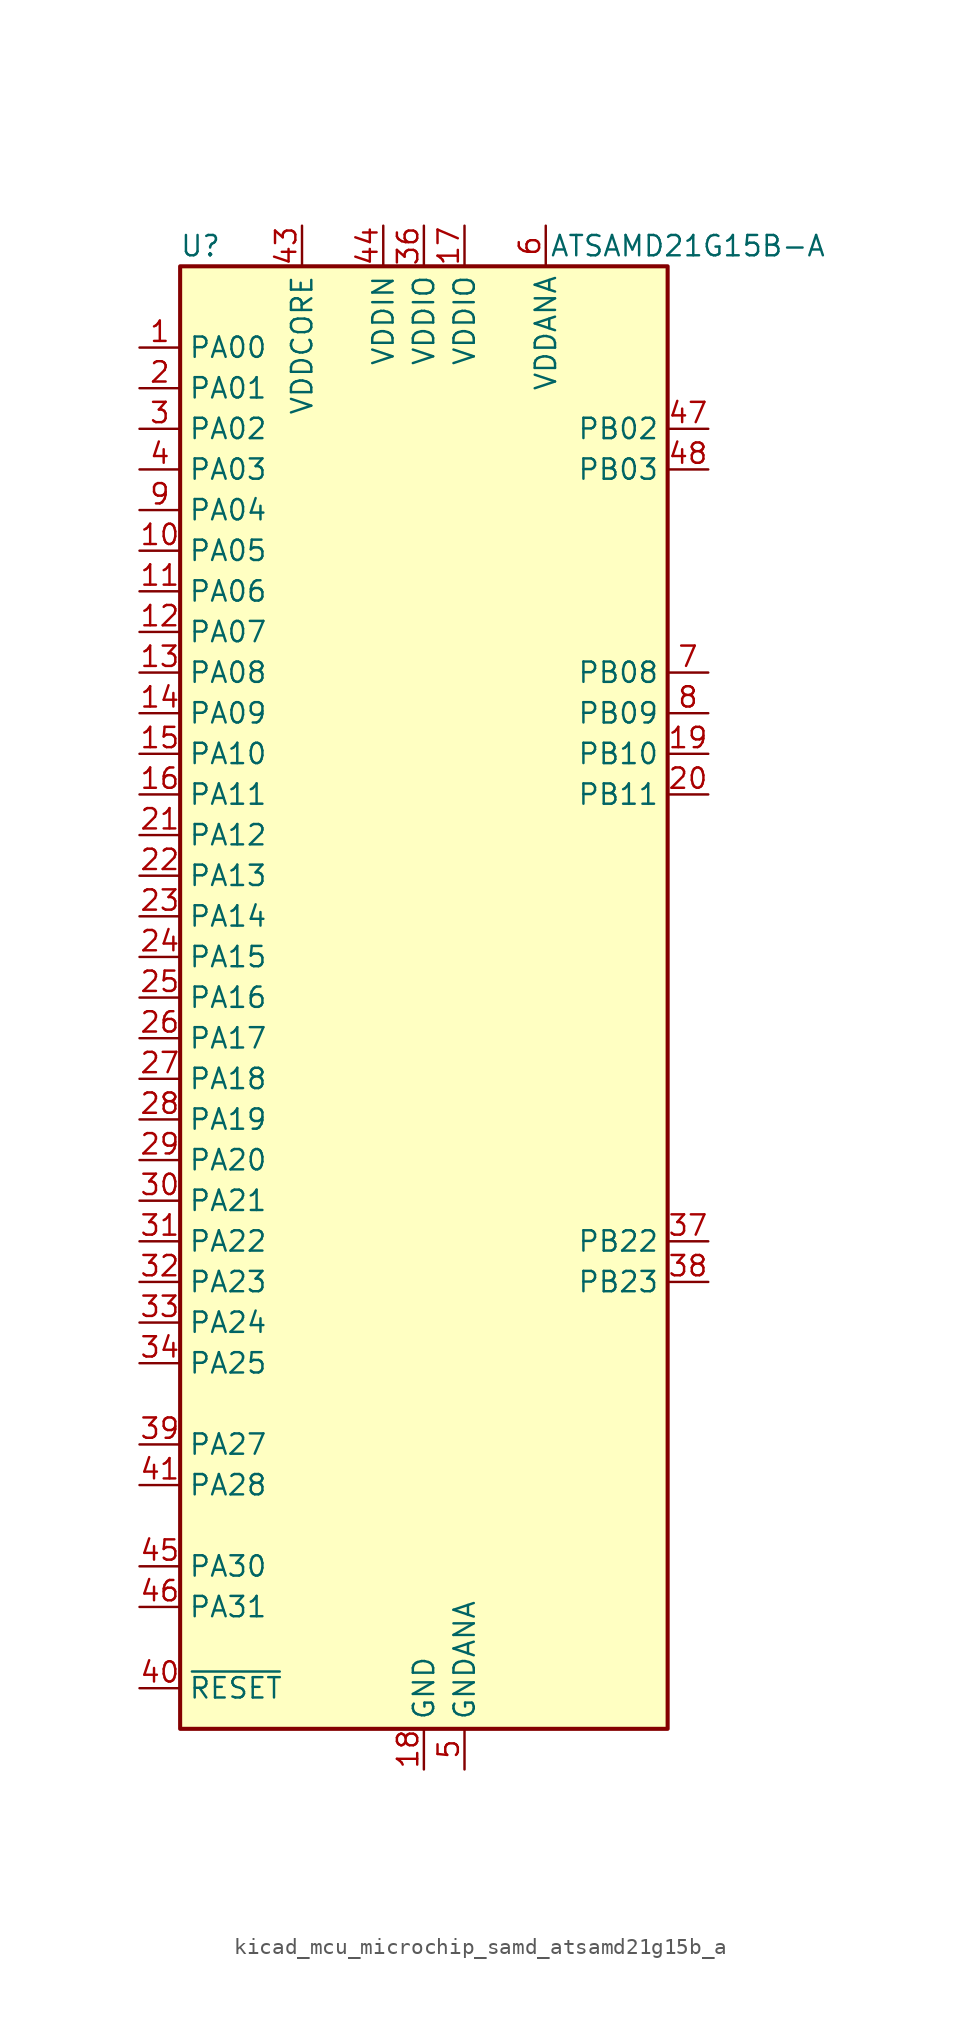
<source format=kicad_sym>
(kicad_symbol_lib
  (version 20220914)
  (generator kicad_symbol_editor)
  (symbol "kicad_mcu_microchip_samd_atsamd21g15b_a"
    (property "Reference" "U"
      (at -13.97 46.99 0)
      (effects (font (size 1.27 1.27))))
    (property "Value" "ATSAMD21G15B-A"
      (at 16.51 46.99 0)
      (effects (font (size 1.27 1.27))))
    (symbol "kicad_mcu_microchip_samd_atsamd21g15b_a_0_1"
      (rectangle (start -15.24 45.72) (end 15.24 -45.72) (stroke (width 0.254) (type default)) (fill (type background))))
    (symbol "kicad_mcu_microchip_samd_atsamd21g15b_a_1_1"
      (pin bidirectional line (at -17.78 40.64 0) (length 2.54) (name "PA00" (effects (font (size 1.27 1.27)))) (number "1" (effects (font (size 1.27 1.27)))))
      (pin bidirectional line (at -17.78 27.94 0) (length 2.54) (name "PA05" (effects (font (size 1.27 1.27)))) (number "10" (effects (font (size 1.27 1.27)))))
      (pin bidirectional line (at -17.78 25.4 0) (length 2.54) (name "PA06" (effects (font (size 1.27 1.27)))) (number "11" (effects (font (size 1.27 1.27)))))
      (pin bidirectional line (at -17.78 22.86 0) (length 2.54) (name "PA07" (effects (font (size 1.27 1.27)))) (number "12" (effects (font (size 1.27 1.27)))))
      (pin bidirectional line (at -17.78 20.32 0) (length 2.54) (name "PA08" (effects (font (size 1.27 1.27)))) (number "13" (effects (font (size 1.27 1.27)))))
      (pin bidirectional line (at -17.78 17.78 0) (length 2.54) (name "PA09" (effects (font (size 1.27 1.27)))) (number "14" (effects (font (size 1.27 1.27)))))
      (pin bidirectional line (at -17.78 15.24 0) (length 2.54) (name "PA10" (effects (font (size 1.27 1.27)))) (number "15" (effects (font (size 1.27 1.27)))))
      (pin bidirectional line (at -17.78 12.7 0) (length 2.54) (name "PA11" (effects (font (size 1.27 1.27)))) (number "16" (effects (font (size 1.27 1.27)))))
      (pin power_in line (at 2.54 48.26 270) (length 2.54) (name "VDDIO" (effects (font (size 1.27 1.27)))) (number "17" (effects (font (size 1.27 1.27)))))
      (pin power_in line (at 0 -48.26 90) (length 2.54) (name "GND" (effects (font (size 1.27 1.27)))) (number "18" (effects (font (size 1.27 1.27)))))
      (pin bidirectional line (at 17.78 15.24 180) (length 2.54) (name "PB10" (effects (font (size 1.27 1.27)))) (number "19" (effects (font (size 1.27 1.27)))))
      (pin bidirectional line (at -17.78 38.1 0) (length 2.54) (name "PA01" (effects (font (size 1.27 1.27)))) (number "2" (effects (font (size 1.27 1.27)))))
      (pin bidirectional line (at 17.78 12.7 180) (length 2.54) (name "PB11" (effects (font (size 1.27 1.27)))) (number "20" (effects (font (size 1.27 1.27)))))
      (pin bidirectional line (at -17.78 10.16 0) (length 2.54) (name "PA12" (effects (font (size 1.27 1.27)))) (number "21" (effects (font (size 1.27 1.27)))))
      (pin bidirectional line (at -17.78 7.62 0) (length 2.54) (name "PA13" (effects (font (size 1.27 1.27)))) (number "22" (effects (font (size 1.27 1.27)))))
      (pin bidirectional line (at -17.78 5.08 0) (length 2.54) (name "PA14" (effects (font (size 1.27 1.27)))) (number "23" (effects (font (size 1.27 1.27)))))
      (pin bidirectional line (at -17.78 2.54 0) (length 2.54) (name "PA15" (effects (font (size 1.27 1.27)))) (number "24" (effects (font (size 1.27 1.27)))))
      (pin bidirectional line (at -17.78 0 0) (length 2.54) (name "PA16" (effects (font (size 1.27 1.27)))) (number "25" (effects (font (size 1.27 1.27)))))
      (pin bidirectional line (at -17.78 -2.54 0) (length 2.54) (name "PA17" (effects (font (size 1.27 1.27)))) (number "26" (effects (font (size 1.27 1.27)))))
      (pin bidirectional line (at -17.78 -5.08 0) (length 2.54) (name "PA18" (effects (font (size 1.27 1.27)))) (number "27" (effects (font (size 1.27 1.27)))))
      (pin bidirectional line (at -17.78 -7.62 0) (length 2.54) (name "PA19" (effects (font (size 1.27 1.27)))) (number "28" (effects (font (size 1.27 1.27)))))
      (pin bidirectional line (at -17.78 -10.16 0) (length 2.54) (name "PA20" (effects (font (size 1.27 1.27)))) (number "29" (effects (font (size 1.27 1.27)))))
      (pin bidirectional line (at -17.78 35.56 0) (length 2.54) (name "PA02" (effects (font (size 1.27 1.27)))) (number "3" (effects (font (size 1.27 1.27)))))
      (pin bidirectional line (at -17.78 -12.7 0) (length 2.54) (name "PA21" (effects (font (size 1.27 1.27)))) (number "30" (effects (font (size 1.27 1.27)))))
      (pin bidirectional line (at -17.78 -15.24 0) (length 2.54) (name "PA22" (effects (font (size 1.27 1.27)))) (number "31" (effects (font (size 1.27 1.27)))))
      (pin bidirectional line (at -17.78 -17.78 0) (length 2.54) (name "PA23" (effects (font (size 1.27 1.27)))) (number "32" (effects (font (size 1.27 1.27)))))
      (pin bidirectional line (at -17.78 -20.32 0) (length 2.54) (name "PA24" (effects (font (size 1.27 1.27)))) (number "33" (effects (font (size 1.27 1.27)))))
      (pin bidirectional line (at -17.78 -22.86 0) (length 2.54) (name "PA25" (effects (font (size 1.27 1.27)))) (number "34" (effects (font (size 1.27 1.27)))))
      (pin passive line (at 0 -48.26 90) (length 2.54) hide (name "GND" (effects (font (size 1.27 1.27)))) (number "35" (effects (font (size 1.27 1.27)))))
      (pin power_in line (at 0 48.26 270) (length 2.54) (name "VDDIO" (effects (font (size 1.27 1.27)))) (number "36" (effects (font (size 1.27 1.27)))))
      (pin bidirectional line (at 17.78 -15.24 180) (length 2.54) (name "PB22" (effects (font (size 1.27 1.27)))) (number "37" (effects (font (size 1.27 1.27)))))
      (pin bidirectional line (at 17.78 -17.78 180) (length 2.54) (name "PB23" (effects (font (size 1.27 1.27)))) (number "38" (effects (font (size 1.27 1.27)))))
      (pin bidirectional line (at -17.78 -27.94 0) (length 2.54) (name "PA27" (effects (font (size 1.27 1.27)))) (number "39" (effects (font (size 1.27 1.27)))))
      (pin bidirectional line (at -17.78 33.02 0) (length 2.54) (name "PA03" (effects (font (size 1.27 1.27)))) (number "4" (effects (font (size 1.27 1.27)))))
      (pin input line (at -17.78 -43.18 0) (length 2.54) (name "~{RESET}" (effects (font (size 1.27 1.27)))) (number "40" (effects (font (size 1.27 1.27)))))
      (pin bidirectional line (at -17.78 -30.48 0) (length 2.54) (name "PA28" (effects (font (size 1.27 1.27)))) (number "41" (effects (font (size 1.27 1.27)))))
      (pin passive line (at 0 -48.26 90) (length 2.54) hide (name "GND" (effects (font (size 1.27 1.27)))) (number "42" (effects (font (size 1.27 1.27)))))
      (pin power_out line (at -7.62 48.26 270) (length 2.54) (name "VDDCORE" (effects (font (size 1.27 1.27)))) (number "43" (effects (font (size 1.27 1.27)))))
      (pin power_in line (at -2.54 48.26 270) (length 2.54) (name "VDDIN" (effects (font (size 1.27 1.27)))) (number "44" (effects (font (size 1.27 1.27)))))
      (pin bidirectional line (at -17.78 -35.56 0) (length 2.54) (name "PA30" (effects (font (size 1.27 1.27)))) (number "45" (effects (font (size 1.27 1.27)))))
      (pin bidirectional line (at -17.78 -38.1 0) (length 2.54) (name "PA31" (effects (font (size 1.27 1.27)))) (number "46" (effects (font (size 1.27 1.27)))))
      (pin bidirectional line (at 17.78 35.56 180) (length 2.54) (name "PB02" (effects (font (size 1.27 1.27)))) (number "47" (effects (font (size 1.27 1.27)))))
      (pin bidirectional line (at 17.78 33.02 180) (length 2.54) (name "PB03" (effects (font (size 1.27 1.27)))) (number "48" (effects (font (size 1.27 1.27)))))
      (pin power_in line (at 2.54 -48.26 90) (length 2.54) (name "GNDANA" (effects (font (size 1.27 1.27)))) (number "5" (effects (font (size 1.27 1.27)))))
      (pin power_in line (at 7.62 48.26 270) (length 2.54) (name "VDDANA" (effects (font (size 1.27 1.27)))) (number "6" (effects (font (size 1.27 1.27)))))
      (pin bidirectional line (at 17.78 20.32 180) (length 2.54) (name "PB08" (effects (font (size 1.27 1.27)))) (number "7" (effects (font (size 1.27 1.27)))))
      (pin bidirectional line (at 17.78 17.78 180) (length 2.54) (name "PB09" (effects (font (size 1.27 1.27)))) (number "8" (effects (font (size 1.27 1.27)))))
      (pin bidirectional line (at -17.78 30.48 0) (length 2.54) (name "PA04" (effects (font (size 1.27 1.27)))) (number "9" (effects (font (size 1.27 1.27))))))))
</source>
